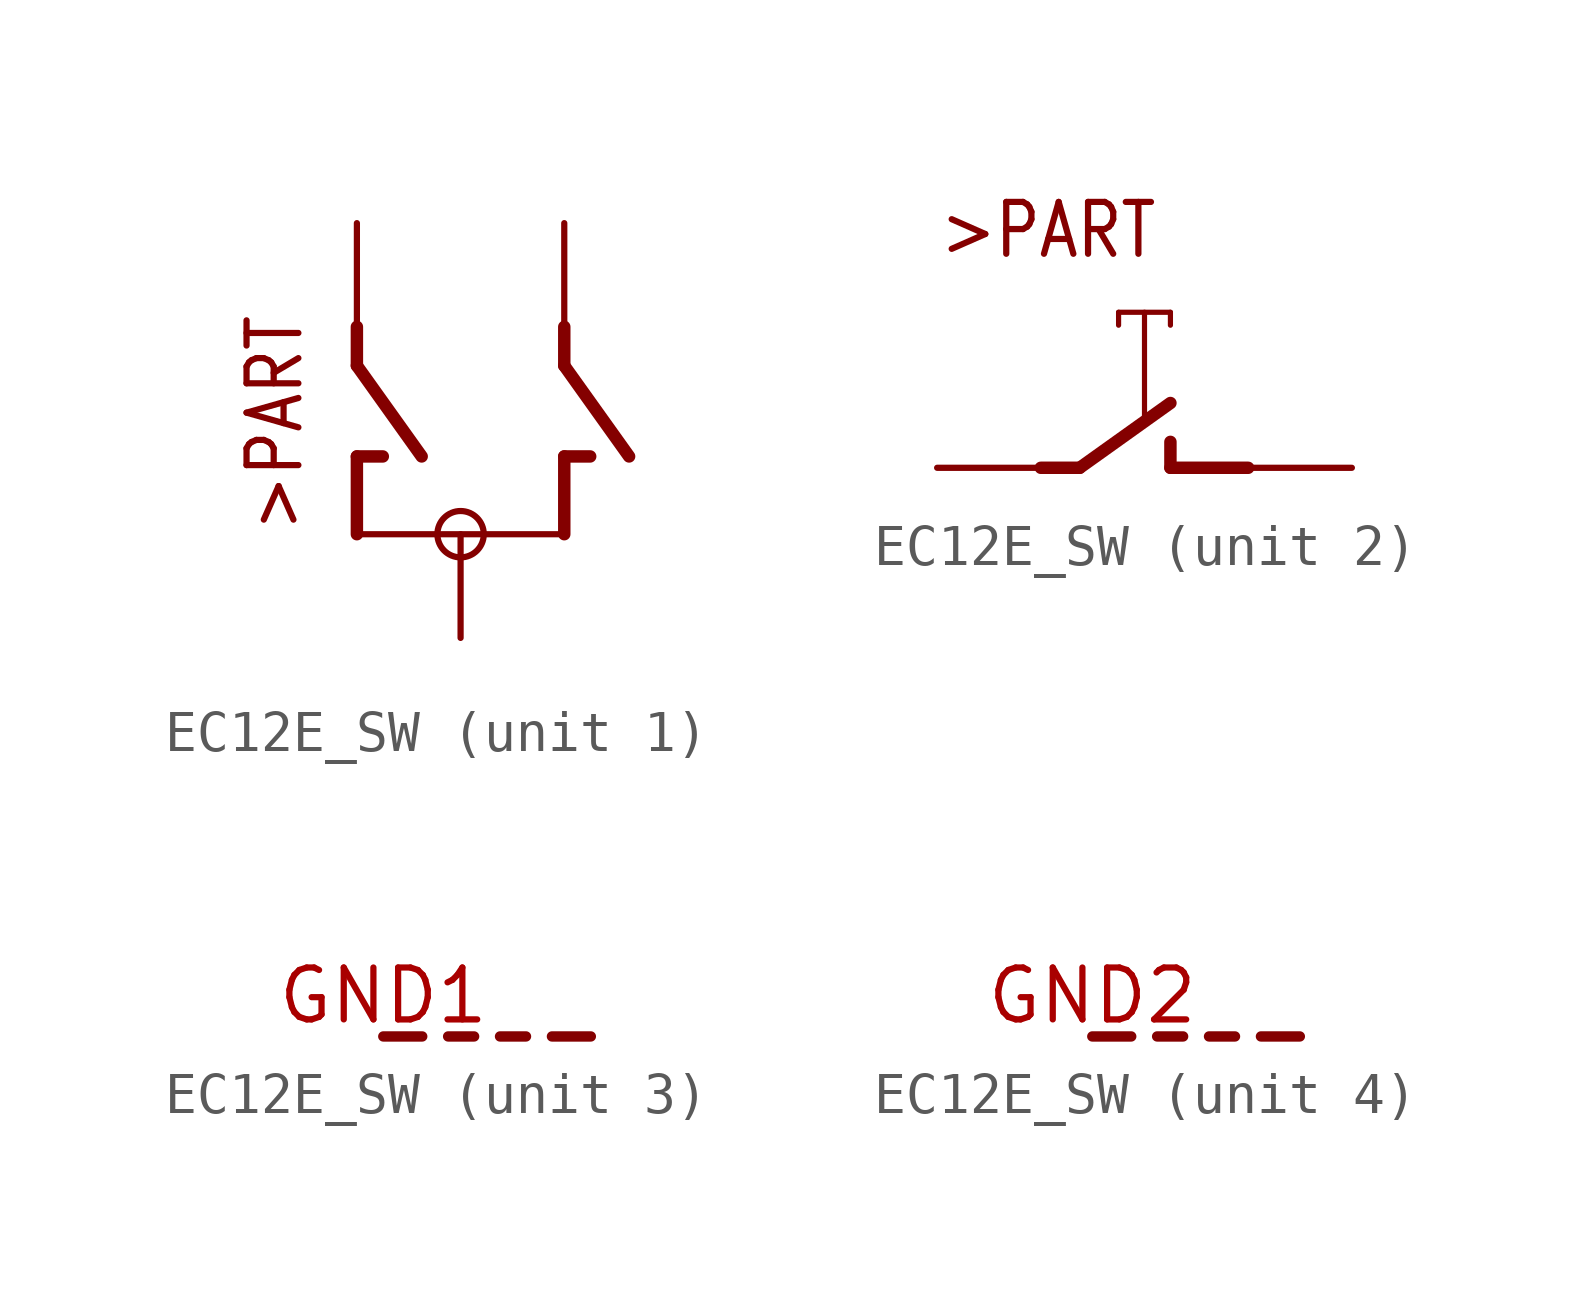
<source format=kicad_sym>
(kicad_symbol_lib
  (version 20211014)
  (generator kicad_symbol_editor)
  (symbol "EC12E_SW"
    (property "Reference" "SW"
      (at 0 0 0)
      (effects (font (size 1.27 1.27)) hide))
    (property "ki_locked" ""
      (at 0 0 0)
      (effects (font (size 1.27 1.27))))
    (symbol "EC12E_SW_1_0"
      (polyline (pts (xy -2.54 0) (xy 2.54 0)) (stroke (width 0.152) (type default) (color 0 0 0 0)) (fill (type none)))
      (polyline (pts (xy -2.54 1.905) (xy -2.54 0)) (stroke (width 0.305) (type default) (color 0 0 0 0)) (fill (type none)))
      (polyline (pts (xy -2.54 4.128) (xy -0.953 1.905)) (stroke (width 0.305) (type default) (color 0 0 0 0)) (fill (type none)))
      (polyline (pts (xy -2.54 5.08) (xy -2.54 4.128)) (stroke (width 0.305) (type default) (color 0 0 0 0)) (fill (type none)))
      (polyline (pts (xy -1.905 1.905) (xy -2.54 1.905)) (stroke (width 0.305) (type default) (color 0 0 0 0)) (fill (type none)))
      (polyline (pts (xy 2.54 1.905) (xy 2.54 0)) (stroke (width 0.305) (type default) (color 0 0 0 0)) (fill (type none)))
      (polyline (pts (xy 2.54 4.128) (xy 4.128 1.905)) (stroke (width 0.305) (type default) (color 0 0 0 0)) (fill (type none)))
      (polyline (pts (xy 2.54 5.08) (xy 2.54 4.128)) (stroke (width 0.305) (type default) (color 0 0 0 0)) (fill (type none)))
      (polyline (pts (xy 3.175 1.905) (xy 2.54 1.905)) (stroke (width 0.305) (type default) (color 0 0 0 0)) (fill (type none)))
      (circle (center 0 0) (radius 0.568) (stroke (width 0) (type default) (color 0 0 0 0)) (fill (type none)))
      (text ">PART" (at -3.81 0 900) (effects (font (size 1.27 1.079)) (justify left bottom)))
      (pin passive line (at -2.54 7.62 270) (length 2.54) (name "A" (effects (font (size 0 0)))) (number "A" (effects (font (size 0 0)))))
      (pin passive line (at 2.54 7.62 270) (length 2.54) (name "B" (effects (font (size 0 0)))) (number "B" (effects (font (size 0 0)))))
      (pin passive line (at 0 -2.54 90) (length 2.54) (name "C" (effects (font (size 0 0)))) (number "C" (effects (font (size 0 0))))))
    (symbol "EC12E_SW_2_0"
      (polyline (pts (xy -2.54 0) (xy -1.587 0)) (stroke (width 0.305) (type default) (color 0 0 0 0)) (fill (type none)))
      (polyline (pts (xy -1.587 0) (xy 0.635 1.587)) (stroke (width 0.305) (type default) (color 0 0 0 0)) (fill (type none)))
      (polyline (pts (xy -0.635 3.81) (xy -0.635 3.493)) (stroke (width 0.127) (type default) (color 0 0 0 0)) (fill (type none)))
      (polyline (pts (xy -0.635 3.81) (xy 0.635 3.81)) (stroke (width 0.127) (type default) (color 0 0 0 0)) (fill (type none)))
      (polyline (pts (xy 0 1.27) (xy 0 3.81)) (stroke (width 0.127) (type default) (color 0 0 0 0)) (fill (type none)))
      (polyline (pts (xy 0.635 0) (xy 2.54 0)) (stroke (width 0.305) (type default) (color 0 0 0 0)) (fill (type none)))
      (polyline (pts (xy 0.635 0.635) (xy 0.635 0)) (stroke (width 0.305) (type default) (color 0 0 0 0)) (fill (type none)))
      (polyline (pts (xy 0.635 3.81) (xy 0.635 3.493)) (stroke (width 0.127) (type default) (color 0 0 0 0)) (fill (type none)))
      (text ">PART" (at -5.08 5.08 0) (effects (font (size 1.27 1.079)) (justify left bottom)))
      (pin passive line (at 5.08 0 180) (length 2.54) (name "1" (effects (font (size 0 0)))) (number "D" (effects (font (size 0 0)))))
      (pin passive line (at -5.08 0 0) (length 2.54) (name "2" (effects (font (size 0 0)))) (number "E" (effects (font (size 0 0))))))
    (symbol "EC12E_SW_3_0"
      (polyline (pts (xy 0 0) (xy 0.953 0)) (stroke (width 0.254) (type default) (color 0 0 0 0)) (fill (type none)))
      (polyline (pts (xy 1.587 0) (xy 2.223 0)) (stroke (width 0.254) (type default) (color 0 0 0 0)) (fill (type none)))
      (polyline (pts (xy 2.857 0) (xy 3.493 0)) (stroke (width 0.254) (type default) (color 0 0 0 0)) (fill (type none)))
      (polyline (pts (xy 4.128 0) (xy 5.08 0)) (stroke (width 0.254) (type default) (color 0 0 0 0)) (fill (type none)))
      (pin passive line (at 0 0 0) (length 0) (name "G" (effects (font (size 0 0)))) (number "GND1" (effects (font (size 1.27 1.27))))))
    (symbol "EC12E_SW_4_0"
      (polyline (pts (xy 0 0) (xy 0.953 0)) (stroke (width 0.254) (type default) (color 0 0 0 0)) (fill (type none)))
      (polyline (pts (xy 1.587 0) (xy 2.223 0)) (stroke (width 0.254) (type default) (color 0 0 0 0)) (fill (type none)))
      (polyline (pts (xy 2.857 0) (xy 3.493 0)) (stroke (width 0.254) (type default) (color 0 0 0 0)) (fill (type none)))
      (polyline (pts (xy 4.128 0) (xy 5.08 0)) (stroke (width 0.254) (type default) (color 0 0 0 0)) (fill (type none)))
      (pin passive line (at 0 0 0) (length 0) (name "G" (effects (font (size 0 0)))) (number "GND2" (effects (font (size 1.27 1.27))))))))
</source>
